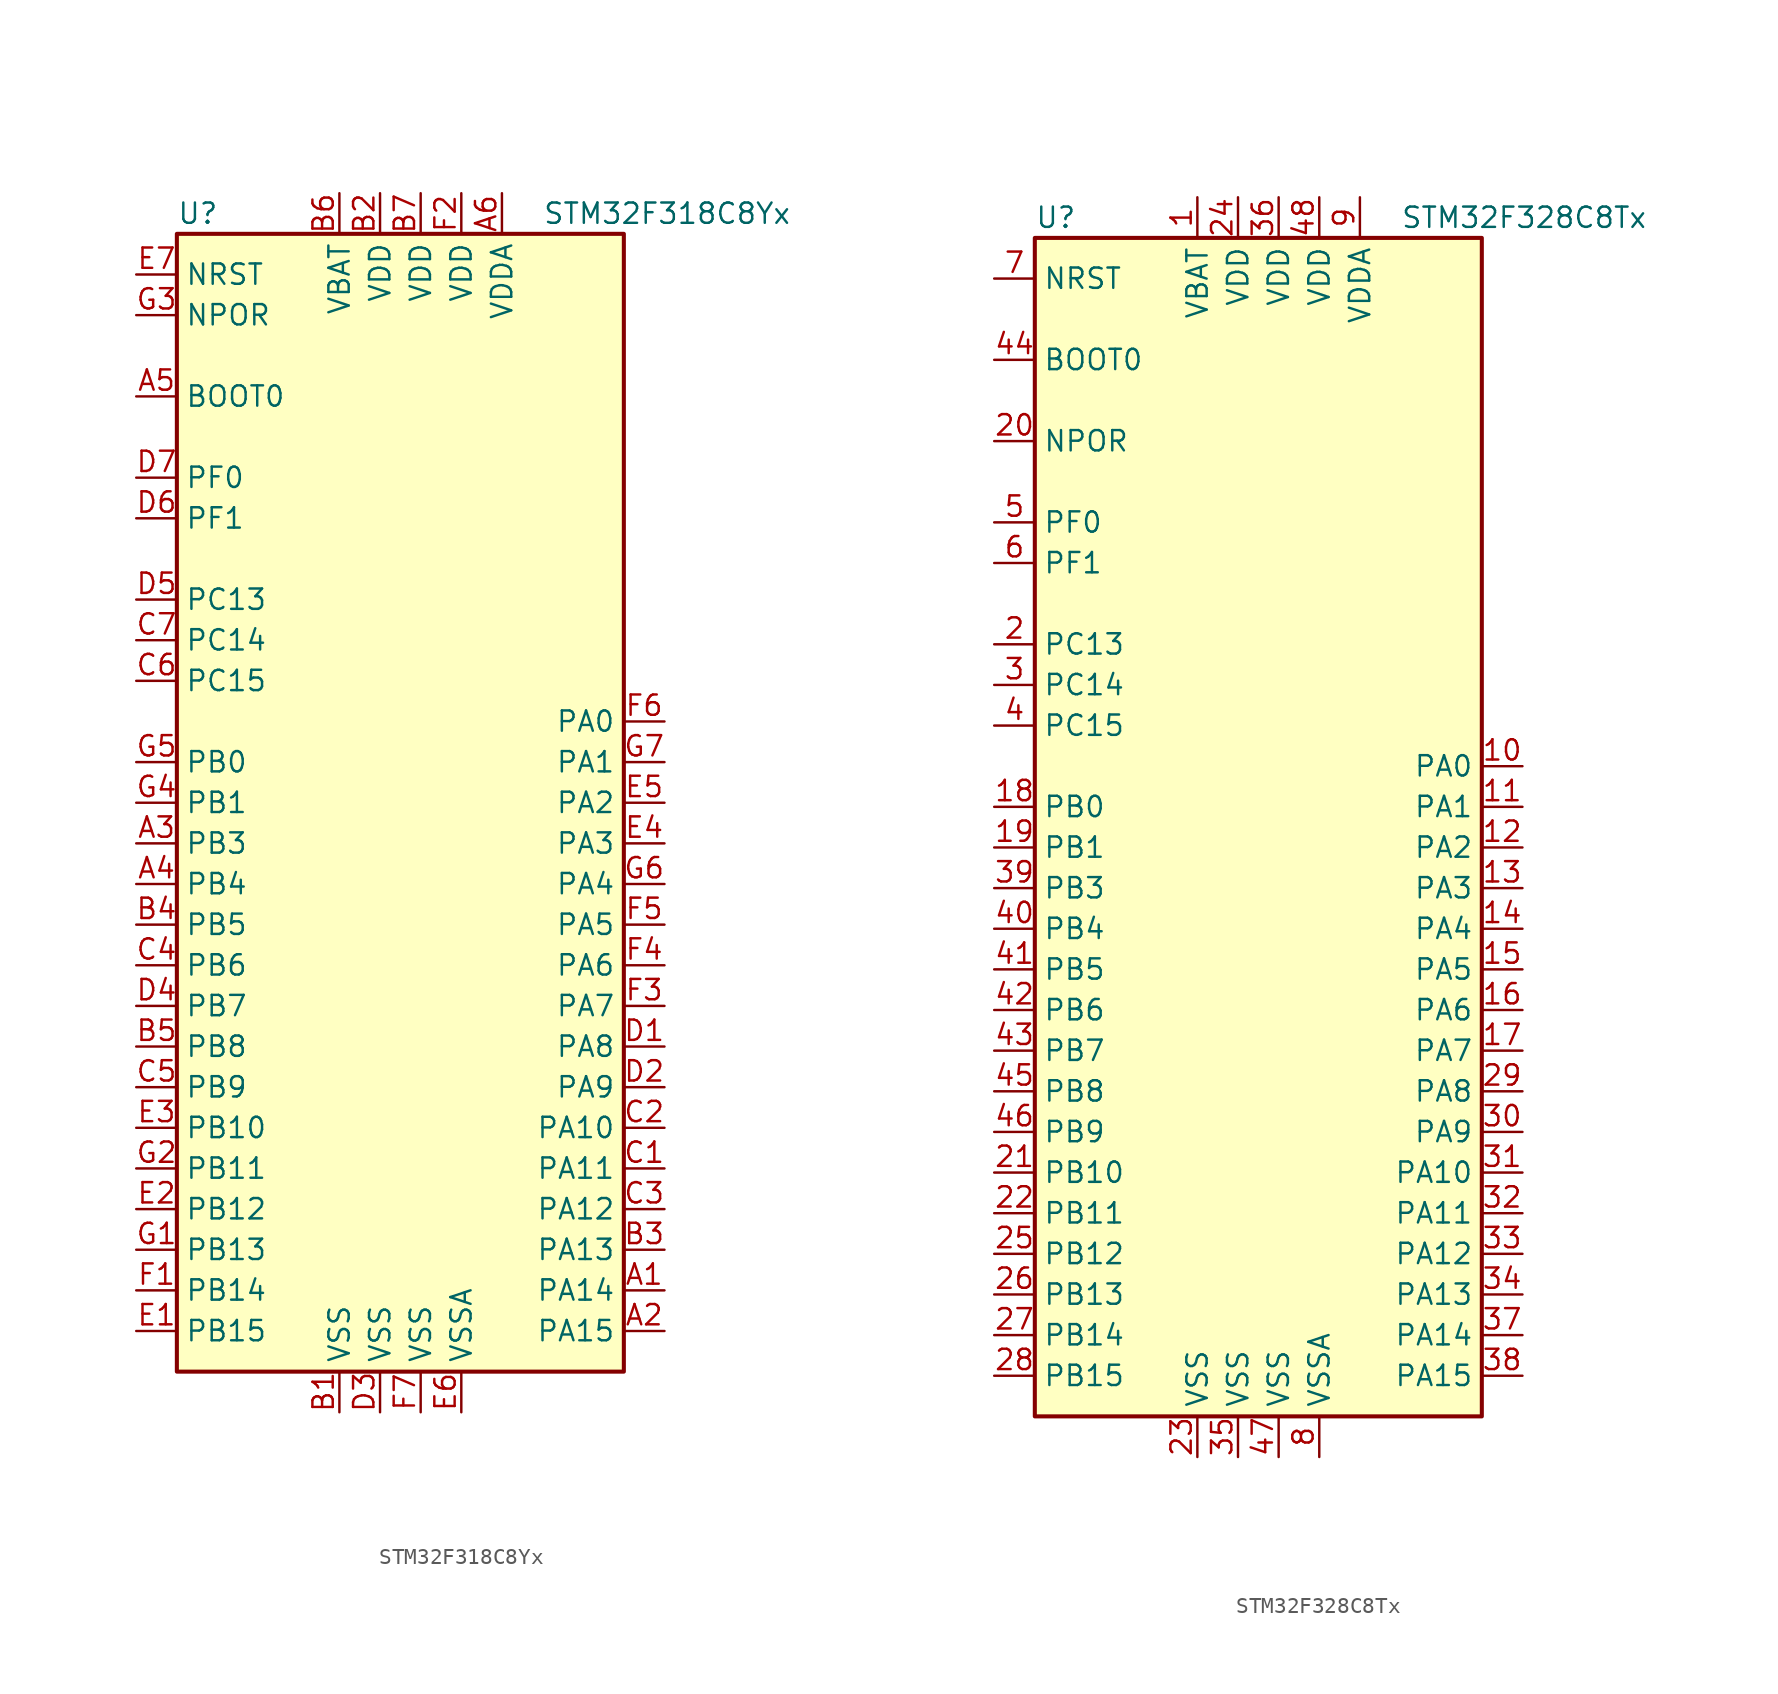
<source format=kicad_sym>
(kicad_symbol_lib
  (version 20201005)
  (generator kicad_symbol_editor)
  (symbol "STM32F318C8Yx"
    (property "Reference" "U"
      (at -15.24 36.83 0)
      (effects (font (size 1.27 1.27)) (justify left)))
    (property "Value" "STM32F318C8Yx"
      (at 7.62 36.83 0)
      (effects (font (size 1.27 1.27)) (justify left)))
    (symbol "STM32F318C8Yx_0_1"
      (rectangle (start -15.24 -35.56) (end 12.7 35.56) (stroke (width 0.254)) (fill (type background))))
    (symbol "STM32F318C8Yx_1_1"
      (pin bidirectional line (at 15.24 -30.48 180) (length 2.54) (name "PA14" (effects (font (size 1.27 1.27)))) (number "A1" (effects (font (size 1.27 1.27)))))
      (pin bidirectional line (at 15.24 -33.02 180) (length 2.54) (name "PA15" (effects (font (size 1.27 1.27)))) (number "A2" (effects (font (size 1.27 1.27)))))
      (pin bidirectional line (at -17.78 -2.54 0) (length 2.54) (name "PB3" (effects (font (size 1.27 1.27)))) (number "A3" (effects (font (size 1.27 1.27)))))
      (pin bidirectional line (at -17.78 -5.08 0) (length 2.54) (name "PB4" (effects (font (size 1.27 1.27)))) (number "A4" (effects (font (size 1.27 1.27)))))
      (pin input line (at -17.78 25.4 0) (length 2.54) (name "BOOT0" (effects (font (size 1.27 1.27)))) (number "A5" (effects (font (size 1.27 1.27)))))
      (pin power_in line (at 5.08 38.1 270) (length 2.54) (name "VDDA" (effects (font (size 1.27 1.27)))) (number "A6" (effects (font (size 1.27 1.27)))))
      (pin no_connect line (at -15.24 -33.02 0) (length 2.54) hide (name "NC" (effects (font (size 1.27 1.27)))) (number "A7" (effects (font (size 1.27 1.27)))))
      (pin power_in line (at -5.08 -38.1 90) (length 2.54) (name "VSS" (effects (font (size 1.27 1.27)))) (number "B1" (effects (font (size 1.27 1.27)))))
      (pin power_in line (at -2.54 38.1 270) (length 2.54) (name "VDD" (effects (font (size 1.27 1.27)))) (number "B2" (effects (font (size 1.27 1.27)))))
      (pin bidirectional line (at 15.24 -27.94 180) (length 2.54) (name "PA13" (effects (font (size 1.27 1.27)))) (number "B3" (effects (font (size 1.27 1.27)))))
      (pin bidirectional line (at -17.78 -7.62 0) (length 2.54) (name "PB5" (effects (font (size 1.27 1.27)))) (number "B4" (effects (font (size 1.27 1.27)))))
      (pin bidirectional line (at -17.78 -15.24 0) (length 2.54) (name "PB8" (effects (font (size 1.27 1.27)))) (number "B5" (effects (font (size 1.27 1.27)))))
      (pin power_in line (at -5.08 38.1 270) (length 2.54) (name "VBAT" (effects (font (size 1.27 1.27)))) (number "B6" (effects (font (size 1.27 1.27)))))
      (pin power_in line (at 0 38.1 270) (length 2.54) (name "VDD" (effects (font (size 1.27 1.27)))) (number "B7" (effects (font (size 1.27 1.27)))))
      (pin bidirectional line (at 15.24 -22.86 180) (length 2.54) (name "PA11" (effects (font (size 1.27 1.27)))) (number "C1" (effects (font (size 1.27 1.27)))))
      (pin bidirectional line (at 15.24 -20.32 180) (length 2.54) (name "PA10" (effects (font (size 1.27 1.27)))) (number "C2" (effects (font (size 1.27 1.27)))))
      (pin bidirectional line (at 15.24 -25.4 180) (length 2.54) (name "PA12" (effects (font (size 1.27 1.27)))) (number "C3" (effects (font (size 1.27 1.27)))))
      (pin bidirectional line (at -17.78 -10.16 0) (length 2.54) (name "PB6" (effects (font (size 1.27 1.27)))) (number "C4" (effects (font (size 1.27 1.27)))))
      (pin bidirectional line (at -17.78 -17.78 0) (length 2.54) (name "PB9" (effects (font (size 1.27 1.27)))) (number "C5" (effects (font (size 1.27 1.27)))))
      (pin bidirectional line (at -17.78 7.62 0) (length 2.54) (name "PC15" (effects (font (size 1.27 1.27)))) (number "C6" (effects (font (size 1.27 1.27)))))
      (pin bidirectional line (at -17.78 10.16 0) (length 2.54) (name "PC14" (effects (font (size 1.27 1.27)))) (number "C7" (effects (font (size 1.27 1.27)))))
      (pin bidirectional line (at 15.24 -15.24 180) (length 2.54) (name "PA8" (effects (font (size 1.27 1.27)))) (number "D1" (effects (font (size 1.27 1.27)))))
      (pin bidirectional line (at 15.24 -17.78 180) (length 2.54) (name "PA9" (effects (font (size 1.27 1.27)))) (number "D2" (effects (font (size 1.27 1.27)))))
      (pin power_in line (at -2.54 -38.1 90) (length 2.54) (name "VSS" (effects (font (size 1.27 1.27)))) (number "D3" (effects (font (size 1.27 1.27)))))
      (pin bidirectional line (at -17.78 -12.7 0) (length 2.54) (name "PB7" (effects (font (size 1.27 1.27)))) (number "D4" (effects (font (size 1.27 1.27)))))
      (pin bidirectional line (at -17.78 12.7 0) (length 2.54) (name "PC13" (effects (font (size 1.27 1.27)))) (number "D5" (effects (font (size 1.27 1.27)))))
      (pin input line (at -17.78 17.78 0) (length 2.54) (name "PF1" (effects (font (size 1.27 1.27)))) (number "D6" (effects (font (size 1.27 1.27)))))
      (pin input line (at -17.78 20.32 0) (length 2.54) (name "PF0" (effects (font (size 1.27 1.27)))) (number "D7" (effects (font (size 1.27 1.27)))))
      (pin bidirectional line (at -17.78 -33.02 0) (length 2.54) (name "PB15" (effects (font (size 1.27 1.27)))) (number "E1" (effects (font (size 1.27 1.27)))))
      (pin bidirectional line (at -17.78 -25.4 0) (length 2.54) (name "PB12" (effects (font (size 1.27 1.27)))) (number "E2" (effects (font (size 1.27 1.27)))))
      (pin bidirectional line (at -17.78 -20.32 0) (length 2.54) (name "PB10" (effects (font (size 1.27 1.27)))) (number "E3" (effects (font (size 1.27 1.27)))))
      (pin bidirectional line (at 15.24 -2.54 180) (length 2.54) (name "PA3" (effects (font (size 1.27 1.27)))) (number "E4" (effects (font (size 1.27 1.27)))))
      (pin bidirectional line (at 15.24 0 180) (length 2.54) (name "PA2" (effects (font (size 1.27 1.27)))) (number "E5" (effects (font (size 1.27 1.27)))))
      (pin power_in line (at 2.54 -38.1 90) (length 2.54) (name "VSSA" (effects (font (size 1.27 1.27)))) (number "E6" (effects (font (size 1.27 1.27)))))
      (pin input line (at -17.78 33.02 0) (length 2.54) (name "NRST" (effects (font (size 1.27 1.27)))) (number "E7" (effects (font (size 1.27 1.27)))))
      (pin bidirectional line (at -17.78 -30.48 0) (length 2.54) (name "PB14" (effects (font (size 1.27 1.27)))) (number "F1" (effects (font (size 1.27 1.27)))))
      (pin power_in line (at 2.54 38.1 270) (length 2.54) (name "VDD" (effects (font (size 1.27 1.27)))) (number "F2" (effects (font (size 1.27 1.27)))))
      (pin bidirectional line (at 15.24 -12.7 180) (length 2.54) (name "PA7" (effects (font (size 1.27 1.27)))) (number "F3" (effects (font (size 1.27 1.27)))))
      (pin bidirectional line (at 15.24 -10.16 180) (length 2.54) (name "PA6" (effects (font (size 1.27 1.27)))) (number "F4" (effects (font (size 1.27 1.27)))))
      (pin bidirectional line (at 15.24 -7.62 180) (length 2.54) (name "PA5" (effects (font (size 1.27 1.27)))) (number "F5" (effects (font (size 1.27 1.27)))))
      (pin bidirectional line (at 15.24 5.08 180) (length 2.54) (name "PA0" (effects (font (size 1.27 1.27)))) (number "F6" (effects (font (size 1.27 1.27)))))
      (pin power_in line (at 0 -38.1 90) (length 2.54) (name "VSS" (effects (font (size 1.27 1.27)))) (number "F7" (effects (font (size 1.27 1.27)))))
      (pin bidirectional line (at -17.78 -27.94 0) (length 2.54) (name "PB13" (effects (font (size 1.27 1.27)))) (number "G1" (effects (font (size 1.27 1.27)))))
      (pin bidirectional line (at -17.78 -22.86 0) (length 2.54) (name "PB11" (effects (font (size 1.27 1.27)))) (number "G2" (effects (font (size 1.27 1.27)))))
      (pin input line (at -17.78 30.48 0) (length 2.54) (name "NPOR" (effects (font (size 1.27 1.27)))) (number "G3" (effects (font (size 1.27 1.27)))))
      (pin bidirectional line (at -17.78 0 0) (length 2.54) (name "PB1" (effects (font (size 1.27 1.27)))) (number "G4" (effects (font (size 1.27 1.27)))))
      (pin bidirectional line (at -17.78 2.54 0) (length 2.54) (name "PB0" (effects (font (size 1.27 1.27)))) (number "G5" (effects (font (size 1.27 1.27)))))
      (pin bidirectional line (at 15.24 -5.08 180) (length 2.54) (name "PA4" (effects (font (size 1.27 1.27)))) (number "G6" (effects (font (size 1.27 1.27)))))
      (pin bidirectional line (at 15.24 2.54 180) (length 2.54) (name "PA1" (effects (font (size 1.27 1.27)))) (number "G7" (effects (font (size 1.27 1.27)))))))
  (symbol "STM32F328C8Tx"
    (property "Reference" "U"
      (at -15.24 36.83 0)
      (effects (font (size 1.27 1.27)) (justify left)))
    (property "Value" "STM32F328C8Tx"
      (at 7.62 36.83 0)
      (effects (font (size 1.27 1.27)) (justify left)))
    (symbol "STM32F328C8Tx_0_1"
      (rectangle (start -15.24 -38.1) (end 12.7 35.56) (stroke (width 0.254)) (fill (type background))))
    (symbol "STM32F328C8Tx_1_1"
      (pin power_in line (at -5.08 38.1 270) (length 2.54) (name "VBAT" (effects (font (size 1.27 1.27)))) (number "1" (effects (font (size 1.27 1.27)))))
      (pin bidirectional line (at 15.24 2.54 180) (length 2.54) (name "PA0" (effects (font (size 1.27 1.27)))) (number "10" (effects (font (size 1.27 1.27)))))
      (pin bidirectional line (at 15.24 0 180) (length 2.54) (name "PA1" (effects (font (size 1.27 1.27)))) (number "11" (effects (font (size 1.27 1.27)))))
      (pin bidirectional line (at 15.24 -2.54 180) (length 2.54) (name "PA2" (effects (font (size 1.27 1.27)))) (number "12" (effects (font (size 1.27 1.27)))))
      (pin bidirectional line (at 15.24 -5.08 180) (length 2.54) (name "PA3" (effects (font (size 1.27 1.27)))) (number "13" (effects (font (size 1.27 1.27)))))
      (pin bidirectional line (at 15.24 -7.62 180) (length 2.54) (name "PA4" (effects (font (size 1.27 1.27)))) (number "14" (effects (font (size 1.27 1.27)))))
      (pin bidirectional line (at 15.24 -10.16 180) (length 2.54) (name "PA5" (effects (font (size 1.27 1.27)))) (number "15" (effects (font (size 1.27 1.27)))))
      (pin bidirectional line (at 15.24 -12.7 180) (length 2.54) (name "PA6" (effects (font (size 1.27 1.27)))) (number "16" (effects (font (size 1.27 1.27)))))
      (pin bidirectional line (at 15.24 -15.24 180) (length 2.54) (name "PA7" (effects (font (size 1.27 1.27)))) (number "17" (effects (font (size 1.27 1.27)))))
      (pin bidirectional line (at -17.78 0 0) (length 2.54) (name "PB0" (effects (font (size 1.27 1.27)))) (number "18" (effects (font (size 1.27 1.27)))))
      (pin bidirectional line (at -17.78 -2.54 0) (length 2.54) (name "PB1" (effects (font (size 1.27 1.27)))) (number "19" (effects (font (size 1.27 1.27)))))
      (pin bidirectional line (at -17.78 10.16 0) (length 2.54) (name "PC13" (effects (font (size 1.27 1.27)))) (number "2" (effects (font (size 1.27 1.27)))))
      (pin power_in line (at -17.78 22.86 0) (length 2.54) (name "NPOR" (effects (font (size 1.27 1.27)))) (number "20" (effects (font (size 1.27 1.27)))))
      (pin bidirectional line (at -17.78 -22.86 0) (length 2.54) (name "PB10" (effects (font (size 1.27 1.27)))) (number "21" (effects (font (size 1.27 1.27)))))
      (pin bidirectional line (at -17.78 -25.4 0) (length 2.54) (name "PB11" (effects (font (size 1.27 1.27)))) (number "22" (effects (font (size 1.27 1.27)))))
      (pin power_in line (at -5.08 -40.64 90) (length 2.54) (name "VSS" (effects (font (size 1.27 1.27)))) (number "23" (effects (font (size 1.27 1.27)))))
      (pin power_in line (at -2.54 38.1 270) (length 2.54) (name "VDD" (effects (font (size 1.27 1.27)))) (number "24" (effects (font (size 1.27 1.27)))))
      (pin bidirectional line (at -17.78 -27.94 0) (length 2.54) (name "PB12" (effects (font (size 1.27 1.27)))) (number "25" (effects (font (size 1.27 1.27)))))
      (pin bidirectional line (at -17.78 -30.48 0) (length 2.54) (name "PB13" (effects (font (size 1.27 1.27)))) (number "26" (effects (font (size 1.27 1.27)))))
      (pin bidirectional line (at -17.78 -33.02 0) (length 2.54) (name "PB14" (effects (font (size 1.27 1.27)))) (number "27" (effects (font (size 1.27 1.27)))))
      (pin bidirectional line (at -17.78 -35.56 0) (length 2.54) (name "PB15" (effects (font (size 1.27 1.27)))) (number "28" (effects (font (size 1.27 1.27)))))
      (pin bidirectional line (at 15.24 -17.78 180) (length 2.54) (name "PA8" (effects (font (size 1.27 1.27)))) (number "29" (effects (font (size 1.27 1.27)))))
      (pin bidirectional line (at -17.78 7.62 0) (length 2.54) (name "PC14" (effects (font (size 1.27 1.27)))) (number "3" (effects (font (size 1.27 1.27)))))
      (pin bidirectional line (at 15.24 -20.32 180) (length 2.54) (name "PA9" (effects (font (size 1.27 1.27)))) (number "30" (effects (font (size 1.27 1.27)))))
      (pin bidirectional line (at 15.24 -22.86 180) (length 2.54) (name "PA10" (effects (font (size 1.27 1.27)))) (number "31" (effects (font (size 1.27 1.27)))))
      (pin bidirectional line (at 15.24 -25.4 180) (length 2.54) (name "PA11" (effects (font (size 1.27 1.27)))) (number "32" (effects (font (size 1.27 1.27)))))
      (pin bidirectional line (at 15.24 -27.94 180) (length 2.54) (name "PA12" (effects (font (size 1.27 1.27)))) (number "33" (effects (font (size 1.27 1.27)))))
      (pin bidirectional line (at 15.24 -30.48 180) (length 2.54) (name "PA13" (effects (font (size 1.27 1.27)))) (number "34" (effects (font (size 1.27 1.27)))))
      (pin power_in line (at -2.54 -40.64 90) (length 2.54) (name "VSS" (effects (font (size 1.27 1.27)))) (number "35" (effects (font (size 1.27 1.27)))))
      (pin power_in line (at 0 38.1 270) (length 2.54) (name "VDD" (effects (font (size 1.27 1.27)))) (number "36" (effects (font (size 1.27 1.27)))))
      (pin bidirectional line (at 15.24 -33.02 180) (length 2.54) (name "PA14" (effects (font (size 1.27 1.27)))) (number "37" (effects (font (size 1.27 1.27)))))
      (pin bidirectional line (at 15.24 -35.56 180) (length 2.54) (name "PA15" (effects (font (size 1.27 1.27)))) (number "38" (effects (font (size 1.27 1.27)))))
      (pin bidirectional line (at -17.78 -5.08 0) (length 2.54) (name "PB3" (effects (font (size 1.27 1.27)))) (number "39" (effects (font (size 1.27 1.27)))))
      (pin bidirectional line (at -17.78 5.08 0) (length 2.54) (name "PC15" (effects (font (size 1.27 1.27)))) (number "4" (effects (font (size 1.27 1.27)))))
      (pin bidirectional line (at -17.78 -7.62 0) (length 2.54) (name "PB4" (effects (font (size 1.27 1.27)))) (number "40" (effects (font (size 1.27 1.27)))))
      (pin bidirectional line (at -17.78 -10.16 0) (length 2.54) (name "PB5" (effects (font (size 1.27 1.27)))) (number "41" (effects (font (size 1.27 1.27)))))
      (pin bidirectional line (at -17.78 -12.7 0) (length 2.54) (name "PB6" (effects (font (size 1.27 1.27)))) (number "42" (effects (font (size 1.27 1.27)))))
      (pin bidirectional line (at -17.78 -15.24 0) (length 2.54) (name "PB7" (effects (font (size 1.27 1.27)))) (number "43" (effects (font (size 1.27 1.27)))))
      (pin input line (at -17.78 27.94 0) (length 2.54) (name "BOOT0" (effects (font (size 1.27 1.27)))) (number "44" (effects (font (size 1.27 1.27)))))
      (pin bidirectional line (at -17.78 -17.78 0) (length 2.54) (name "PB8" (effects (font (size 1.27 1.27)))) (number "45" (effects (font (size 1.27 1.27)))))
      (pin bidirectional line (at -17.78 -20.32 0) (length 2.54) (name "PB9" (effects (font (size 1.27 1.27)))) (number "46" (effects (font (size 1.27 1.27)))))
      (pin power_in line (at 0 -40.64 90) (length 2.54) (name "VSS" (effects (font (size 1.27 1.27)))) (number "47" (effects (font (size 1.27 1.27)))))
      (pin power_in line (at 2.54 38.1 270) (length 2.54) (name "VDD" (effects (font (size 1.27 1.27)))) (number "48" (effects (font (size 1.27 1.27)))))
      (pin input line (at -17.78 17.78 0) (length 2.54) (name "PF0" (effects (font (size 1.27 1.27)))) (number "5" (effects (font (size 1.27 1.27)))))
      (pin input line (at -17.78 15.24 0) (length 2.54) (name "PF1" (effects (font (size 1.27 1.27)))) (number "6" (effects (font (size 1.27 1.27)))))
      (pin input line (at -17.78 33.02 0) (length 2.54) (name "NRST" (effects (font (size 1.27 1.27)))) (number "7" (effects (font (size 1.27 1.27)))))
      (pin power_in line (at 2.54 -40.64 90) (length 2.54) (name "VSSA" (effects (font (size 1.27 1.27)))) (number "8" (effects (font (size 1.27 1.27)))))
      (pin power_in line (at 5.08 38.1 270) (length 2.54) (name "VDDA" (effects (font (size 1.27 1.27)))) (number "9" (effects (font (size 1.27 1.27))))))))
</source>
